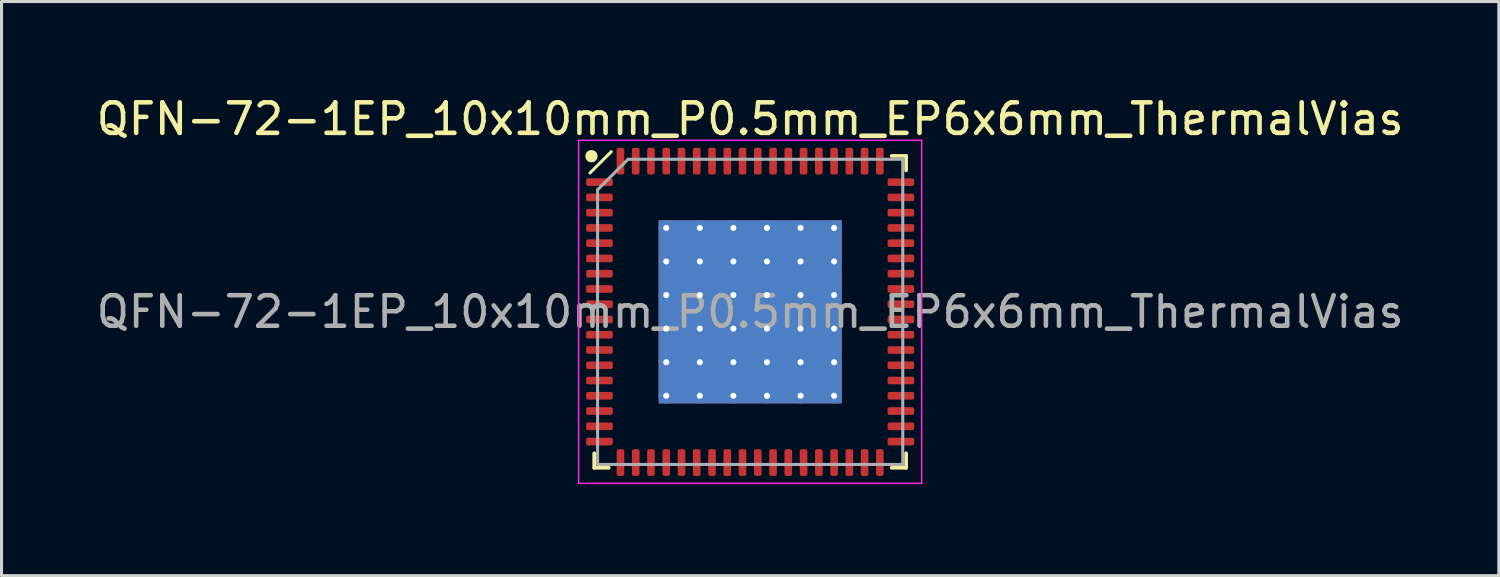
<source format=kicad_pcb>
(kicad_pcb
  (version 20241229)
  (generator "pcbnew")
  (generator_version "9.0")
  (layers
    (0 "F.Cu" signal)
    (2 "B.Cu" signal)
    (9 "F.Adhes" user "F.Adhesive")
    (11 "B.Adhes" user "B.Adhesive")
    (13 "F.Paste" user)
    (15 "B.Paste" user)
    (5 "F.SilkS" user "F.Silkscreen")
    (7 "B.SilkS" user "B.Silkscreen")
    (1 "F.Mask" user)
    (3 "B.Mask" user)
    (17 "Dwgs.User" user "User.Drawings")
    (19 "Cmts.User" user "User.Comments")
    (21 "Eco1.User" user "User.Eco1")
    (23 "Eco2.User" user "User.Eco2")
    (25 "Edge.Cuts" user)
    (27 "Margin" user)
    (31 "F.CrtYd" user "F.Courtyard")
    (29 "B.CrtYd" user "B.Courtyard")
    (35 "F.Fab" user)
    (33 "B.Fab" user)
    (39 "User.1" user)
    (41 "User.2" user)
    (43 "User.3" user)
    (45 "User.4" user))
  (footprint "QFN-72-1EP_10x10mm_P0.5mm_EP6x6mm_ThermalVias"
    (layer "F.Cu")
    (at 21.53 7.168)
    (property "Reference" "QFN-72-1EP_10x10mm_P0.5mm_EP6x6mm_ThermalVias" (at 0 -6.32 0) (layer "F.SilkS") (effects (font (size 1 1) (thickness 0.15))))
    (attr smd)
    (fp_line (start -5.25 -4.55) (end -4.55 -5.25) (stroke (width 0.1) (type solid)) (layer "F.SilkS"))
    (fp_line (start -5.11 5.11) (end -5.11 4.635) (stroke (width 0.12) (type solid)) (layer "F.SilkS"))
    (fp_line (start -4.635 5.11) (end -5.11 5.11) (stroke (width 0.12) (type solid)) (layer "F.SilkS"))
    (fp_line (start 4.635 -5.11) (end 5.11 -5.11) (stroke (width 0.12) (type solid)) (layer "F.SilkS"))
    (fp_line (start 4.635 5.11) (end 5.11 5.11) (stroke (width 0.12) (type solid)) (layer "F.SilkS"))
    (fp_line (start 5.11 -5.11) (end 5.11 -4.635) (stroke (width 0.12) (type solid)) (layer "F.SilkS"))
    (fp_line (start 5.11 5.11) (end 5.11 4.635) (stroke (width 0.12) (type solid)) (layer "F.SilkS"))
    (fp_circle (center -5.2 -5.1) (end -5.059 -5.1) (stroke (width 0.12) (type solid)) (fill yes) (layer "F.SilkS"))
    (fp_line (start -5.62 -5.62) (end -5.62 5.62) (stroke (width 0.05) (type solid)) (layer "F.CrtYd"))
    (fp_line (start -5.62 5.62) (end 5.62 5.62) (stroke (width 0.05) (type solid)) (layer "F.CrtYd"))
    (fp_line (start 5.62 -5.62) (end -5.62 -5.62) (stroke (width 0.05) (type solid)) (layer "F.CrtYd"))
    (fp_line (start 5.62 5.62) (end 5.62 -5.62) (stroke (width 0.05) (type solid)) (layer "F.CrtYd"))
    (fp_line (start -5 -4) (end -4 -5) (stroke (width 0.1) (type solid)) (layer "F.Fab"))
    (fp_line (start -5 5) (end -5 -4) (stroke (width 0.1) (type solid)) (layer "F.Fab"))
    (fp_line (start -4 -5) (end 5 -5) (stroke (width 0.1) (type solid)) (layer "F.Fab"))
    (fp_line (start 5 -5) (end 5 5) (stroke (width 0.1) (type solid)) (layer "F.Fab"))
    (fp_line (start 5 5) (end -5 5) (stroke (width 0.1) (type solid)) (layer "F.Fab"))
    (fp_text user "${REFERENCE}" (at 0 0 0) (layer "F.Fab") (effects (font (size 1 1) (thickness 0.15))))
    (pad "" smd roundrect (at -2.2 -2.2) (size 0.93 0.93) (layers "F.Paste") (roundrect_rratio 0.25))
    (pad "" smd roundrect (at -2.2 -1.1) (size 0.93 0.93) (layers "F.Paste") (roundrect_rratio 0.25))
    (pad "" smd roundrect (at -2.2 0) (size 0.93 0.93) (layers "F.Paste") (roundrect_rratio 0.25))
    (pad "" smd roundrect (at -2.2 1.1) (size 0.93 0.93) (layers "F.Paste") (roundrect_rratio 0.25))
    (pad "" smd roundrect (at -2.2 2.2) (size 0.93 0.93) (layers "F.Paste") (roundrect_rratio 0.25))
    (pad "" smd roundrect (at -1.1 -2.2) (size 0.93 0.93) (layers "F.Paste") (roundrect_rratio 0.25))
    (pad "" smd roundrect (at -1.1 -1.1) (size 0.93 0.93) (layers "F.Paste") (roundrect_rratio 0.25))
    (pad "" smd roundrect (at -1.1 0) (size 0.93 0.93) (layers "F.Paste") (roundrect_rratio 0.25))
    (pad "" smd roundrect (at -1.1 1.1) (size 0.93 0.93) (layers "F.Paste") (roundrect_rratio 0.25))
    (pad "" smd roundrect (at -1.1 2.2) (size 0.93 0.93) (layers "F.Paste") (roundrect_rratio 0.25))
    (pad "" smd roundrect (at 0 -2.2) (size 0.93 0.93) (layers "F.Paste") (roundrect_rratio 0.25))
    (pad "" smd roundrect (at 0 -1.1) (size 0.93 0.93) (layers "F.Paste") (roundrect_rratio 0.25))
    (pad "" smd roundrect (at 0 0) (size 0.93 0.93) (layers "F.Paste") (roundrect_rratio 0.25))
    (pad "" smd roundrect (at 0 1.1) (size 0.93 0.93) (layers "F.Paste") (roundrect_rratio 0.25))
    (pad "" smd roundrect (at 0 2.2) (size 0.93 0.93) (layers "F.Paste") (roundrect_rratio 0.25))
    (pad "" smd roundrect (at 1.1 -2.2) (size 0.93 0.93) (layers "F.Paste") (roundrect_rratio 0.25))
    (pad "" smd roundrect (at 1.1 -1.1) (size 0.93 0.93) (layers "F.Paste") (roundrect_rratio 0.25))
    (pad "" smd roundrect (at 1.1 0) (size 0.93 0.93) (layers "F.Paste") (roundrect_rratio 0.25))
    (pad "" smd roundrect (at 1.1 1.1) (size 0.93 0.93) (layers "F.Paste") (roundrect_rratio 0.25))
    (pad "" smd roundrect (at 1.1 2.2) (size 0.93 0.93) (layers "F.Paste") (roundrect_rratio 0.25))
    (pad "" smd roundrect (at 2.2 -2.2) (size 0.93 0.93) (layers "F.Paste") (roundrect_rratio 0.25))
    (pad "" smd roundrect (at 2.2 -1.1) (size 0.93 0.93) (layers "F.Paste") (roundrect_rratio 0.25))
    (pad "" smd roundrect (at 2.2 0) (size 0.93 0.93) (layers "F.Paste") (roundrect_rratio 0.25))
    (pad "" smd roundrect (at 2.2 1.1) (size 0.93 0.93) (layers "F.Paste") (roundrect_rratio 0.25))
    (pad "" smd roundrect (at 2.2 2.2) (size 0.93 0.93) (layers "F.Paste") (roundrect_rratio 0.25))
    (pad "0" thru_hole circle (at -2.75 -2.75) (size 0.5 0.5) (drill 0.2) (layers "*.Cu"))
    (pad "0" thru_hole circle (at -2.75 -1.65) (size 0.5 0.5) (drill 0.2) (layers "*.Cu"))
    (pad "0" thru_hole circle (at -2.75 -0.55) (size 0.5 0.5) (drill 0.2) (layers "*.Cu"))
    (pad "0" thru_hole circle (at -2.75 0.55) (size 0.5 0.5) (drill 0.2) (layers "*.Cu"))
    (pad "0" thru_hole circle (at -2.75 1.65) (size 0.5 0.5) (drill 0.2) (layers "*.Cu"))
    (pad "0" thru_hole circle (at -2.75 2.75) (size 0.5 0.5) (drill 0.2) (layers "*.Cu"))
    (pad "0" thru_hole circle (at -1.65 -2.75) (size 0.5 0.5) (drill 0.2) (layers "*.Cu"))
    (pad "0" thru_hole circle (at -1.65 -1.65) (size 0.5 0.5) (drill 0.2) (layers "*.Cu"))
    (pad "0" thru_hole circle (at -1.65 -0.55) (size 0.5 0.5) (drill 0.2) (layers "*.Cu"))
    (pad "0" thru_hole circle (at -1.65 0.55) (size 0.5 0.5) (drill 0.2) (layers "*.Cu"))
    (pad "0" thru_hole circle (at -1.65 1.65) (size 0.5 0.5) (drill 0.2) (layers "*.Cu"))
    (pad "0" thru_hole circle (at -1.65 2.75) (size 0.5 0.5) (drill 0.2) (layers "*.Cu"))
    (pad "0" thru_hole circle (at -0.55 -2.75) (size 0.5 0.5) (drill 0.2) (layers "*.Cu"))
    (pad "0" thru_hole circle (at -0.55 -1.65) (size 0.5 0.5) (drill 0.2) (layers "*.Cu"))
    (pad "0" thru_hole circle (at -0.55 -0.55) (size 0.5 0.5) (drill 0.2) (layers "*.Cu"))
    (pad "0" thru_hole circle (at -0.55 0.55) (size 0.5 0.5) (drill 0.2) (layers "*.Cu"))
    (pad "0" thru_hole circle (at -0.55 1.65) (size 0.5 0.5) (drill 0.2) (layers "*.Cu"))
    (pad "0" thru_hole circle (at -0.55 2.75) (size 0.5 0.5) (drill 0.2) (layers "*.Cu"))
    (pad "0" smd rect (at 0 0) (size 6 6) (layers "F.Cu" "F.Mask"))
    (pad "0" thru_hole circle (at 0.55 -2.75) (size 0.5 0.5) (drill 0.2) (layers "*.Cu"))
    (pad "0" thru_hole circle (at 0.55 -1.65) (size 0.5 0.5) (drill 0.2) (layers "*.Cu"))
    (pad "0" thru_hole circle (at 0.55 -0.55) (size 0.5 0.5) (drill 0.2) (layers "*.Cu"))
    (pad "0" thru_hole circle (at 0.55 0.55) (size 0.5 0.5) (drill 0.2) (layers "*.Cu"))
    (pad "0" thru_hole circle (at 0.55 1.65) (size 0.5 0.5) (drill 0.2) (layers "*.Cu"))
    (pad "0" thru_hole circle (at 0.55 2.75) (size 0.5 0.5) (drill 0.2) (layers "*.Cu"))
    (pad "0" thru_hole circle (at 1.65 -2.75) (size 0.5 0.5) (drill 0.2) (layers "*.Cu"))
    (pad "0" thru_hole circle (at 1.65 -1.65) (size 0.5 0.5) (drill 0.2) (layers "*.Cu"))
    (pad "0" thru_hole circle (at 1.65 -0.55) (size 0.5 0.5) (drill 0.2) (layers "*.Cu"))
    (pad "0" thru_hole circle (at 1.65 0.55) (size 0.5 0.5) (drill 0.2) (layers "*.Cu"))
    (pad "0" thru_hole circle (at 1.65 1.65) (size 0.5 0.5) (drill 0.2) (layers "*.Cu"))
    (pad "0" thru_hole circle (at 1.65 2.75) (size 0.5 0.5) (drill 0.2) (layers "*.Cu"))
    (pad "0" thru_hole circle (at 2.75 -2.75) (size 0.5 0.5) (drill 0.2) (layers "*.Cu"))
    (pad "0" thru_hole circle (at 2.75 -1.65) (size 0.5 0.5) (drill 0.2) (layers "*.Cu"))
    (pad "0" thru_hole circle (at 2.75 -0.55) (size 0.5 0.5) (drill 0.2) (layers "*.Cu"))
    (pad "0" thru_hole circle (at 2.75 0.55) (size 0.5 0.5) (drill 0.2) (layers "*.Cu"))
    (pad "0" thru_hole circle (at 2.75 1.65) (size 0.5 0.5) (drill 0.2) (layers "*.Cu"))
    (pad "0" thru_hole circle (at 2.75 2.75) (size 0.5 0.5) (drill 0.2) (layers "*.Cu"))
    (pad "1" smd roundrect (at -4.938 -4.25) (size 0.875 0.25) (layers "F.Cu" "F.Mask" "F.Paste") (roundrect_rratio 0.25))
    (pad "2" smd roundrect (at -4.938 -3.75) (size 0.875 0.25) (layers "F.Cu" "F.Mask" "F.Paste") (roundrect_rratio 0.25))
    (pad "3" smd roundrect (at -4.938 -3.25) (size 0.875 0.25) (layers "F.Cu" "F.Mask" "F.Paste") (roundrect_rratio 0.25))
    (pad "4" smd roundrect (at -4.938 -2.75) (size 0.875 0.25) (layers "F.Cu" "F.Mask" "F.Paste") (roundrect_rratio 0.25))
    (pad "5" smd roundrect (at -4.938 -2.25) (size 0.875 0.25) (layers "F.Cu" "F.Mask" "F.Paste") (roundrect_rratio 0.25))
    (pad "6" smd roundrect (at -4.938 -1.75) (size 0.875 0.25) (layers "F.Cu" "F.Mask" "F.Paste") (roundrect_rratio 0.25))
    (pad "7" smd roundrect (at -4.938 -1.25) (size 0.875 0.25) (layers "F.Cu" "F.Mask" "F.Paste") (roundrect_rratio 0.25))
    (pad "8" smd roundrect (at -4.938 -0.75) (size 0.875 0.25) (layers "F.Cu" "F.Mask" "F.Paste") (roundrect_rratio 0.25))
    (pad "9" smd roundrect (at -4.938 -0.25) (size 0.875 0.25) (layers "F.Cu" "F.Mask" "F.Paste") (roundrect_rratio 0.25))
    (pad "10" smd roundrect (at -4.938 0.25) (size 0.875 0.25) (layers "F.Cu" "F.Mask" "F.Paste") (roundrect_rratio 0.25))
    (pad "11" smd roundrect (at -4.938 0.75) (size 0.875 0.25) (layers "F.Cu" "F.Mask" "F.Paste") (roundrect_rratio 0.25))
    (pad "12" smd roundrect (at -4.938 1.25) (size 0.875 0.25) (layers "F.Cu" "F.Mask" "F.Paste") (roundrect_rratio 0.25))
    (pad "13" smd roundrect (at -4.938 1.75) (size 0.875 0.25) (layers "F.Cu" "F.Mask" "F.Paste") (roundrect_rratio 0.25))
    (pad "14" smd roundrect (at -4.938 2.25) (size 0.875 0.25) (layers "F.Cu" "F.Mask" "F.Paste") (roundrect_rratio 0.25))
    (pad "15" smd roundrect (at -4.938 2.75) (size 0.875 0.25) (layers "F.Cu" "F.Mask" "F.Paste") (roundrect_rratio 0.25))
    (pad "16" smd roundrect (at -4.938 3.25) (size 0.875 0.25) (layers "F.Cu" "F.Mask" "F.Paste") (roundrect_rratio 0.25))
    (pad "17" smd roundrect (at -4.938 3.75) (size 0.875 0.25) (layers "F.Cu" "F.Mask" "F.Paste") (roundrect_rratio 0.25))
    (pad "18" smd roundrect (at -4.938 4.25) (size 0.875 0.25) (layers "F.Cu" "F.Mask" "F.Paste") (roundrect_rratio 0.25))
    (pad "19" smd roundrect (at -4.25 4.938) (size 0.25 0.875) (layers "F.Cu" "F.Mask" "F.Paste") (roundrect_rratio 0.25))
    (pad "20" smd roundrect (at -3.75 4.938) (size 0.25 0.875) (layers "F.Cu" "F.Mask" "F.Paste") (roundrect_rratio 0.25))
    (pad "21" smd roundrect (at -3.25 4.938) (size 0.25 0.875) (layers "F.Cu" "F.Mask" "F.Paste") (roundrect_rratio 0.25))
    (pad "22" smd roundrect (at -2.75 4.938) (size 0.25 0.875) (layers "F.Cu" "F.Mask" "F.Paste") (roundrect_rratio 0.25))
    (pad "23" smd roundrect (at -2.25 4.938) (size 0.25 0.875) (layers "F.Cu" "F.Mask" "F.Paste") (roundrect_rratio 0.25))
    (pad "24" smd roundrect (at -1.75 4.938) (size 0.25 0.875) (layers "F.Cu" "F.Mask" "F.Paste") (roundrect_rratio 0.25))
    (pad "25" smd roundrect (at -1.25 4.938) (size 0.25 0.875) (layers "F.Cu" "F.Mask" "F.Paste") (roundrect_rratio 0.25))
    (pad "26" smd roundrect (at -0.75 4.938) (size 0.25 0.875) (layers "F.Cu" "F.Mask" "F.Paste") (roundrect_rratio 0.25))
    (pad "27" smd roundrect (at -0.25 4.938) (size 0.25 0.875) (layers "F.Cu" "F.Mask" "F.Paste") (roundrect_rratio 0.25))
    (pad "28" smd roundrect (at 0.25 4.938) (size 0.25 0.875) (layers "F.Cu" "F.Mask" "F.Paste") (roundrect_rratio 0.25))
    (pad "29" smd roundrect (at 0.75 4.938) (size 0.25 0.875) (layers "F.Cu" "F.Mask" "F.Paste") (roundrect_rratio 0.25))
    (pad "30" smd roundrect (at 1.25 4.938) (size 0.25 0.875) (layers "F.Cu" "F.Mask" "F.Paste") (roundrect_rratio 0.25))
    (pad "31" smd roundrect (at 1.75 4.938) (size 0.25 0.875) (layers "F.Cu" "F.Mask" "F.Paste") (roundrect_rratio 0.25))
    (pad "32" smd roundrect (at 2.25 4.938) (size 0.25 0.875) (layers "F.Cu" "F.Mask" "F.Paste") (roundrect_rratio 0.25))
    (pad "33" smd roundrect (at 2.75 4.938) (size 0.25 0.875) (layers "F.Cu" "F.Mask" "F.Paste") (roundrect_rratio 0.25))
    (pad "34" smd roundrect (at 3.25 4.938) (size 0.25 0.875) (layers "F.Cu" "F.Mask" "F.Paste") (roundrect_rratio 0.25))
    (pad "35" smd roundrect (at 3.75 4.938) (size 0.25 0.875) (layers "F.Cu" "F.Mask" "F.Paste") (roundrect_rratio 0.25))
    (pad "36" smd roundrect (at 4.25 4.938) (size 0.25 0.875) (layers "F.Cu" "F.Mask" "F.Paste") (roundrect_rratio 0.25))
    (pad "37" smd roundrect (at 4.938 4.25) (size 0.875 0.25) (layers "F.Cu" "F.Mask" "F.Paste") (roundrect_rratio 0.25))
    (pad "38" smd roundrect (at 4.938 3.75) (size 0.875 0.25) (layers "F.Cu" "F.Mask" "F.Paste") (roundrect_rratio 0.25))
    (pad "39" smd roundrect (at 4.938 3.25) (size 0.875 0.25) (layers "F.Cu" "F.Mask" "F.Paste") (roundrect_rratio 0.25))
    (pad "40" smd roundrect (at 4.938 2.75) (size 0.875 0.25) (layers "F.Cu" "F.Mask" "F.Paste") (roundrect_rratio 0.25))
    (pad "41" smd roundrect (at 4.938 2.25) (size 0.875 0.25) (layers "F.Cu" "F.Mask" "F.Paste") (roundrect_rratio 0.25))
    (pad "42" smd roundrect (at 4.938 1.75) (size 0.875 0.25) (layers "F.Cu" "F.Mask" "F.Paste") (roundrect_rratio 0.25))
    (pad "43" smd roundrect (at 4.938 1.25) (size 0.875 0.25) (layers "F.Cu" "F.Mask" "F.Paste") (roundrect_rratio 0.25))
    (pad "44" smd roundrect (at 4.938 0.75) (size 0.875 0.25) (layers "F.Cu" "F.Mask" "F.Paste") (roundrect_rratio 0.25))
    (pad "45" smd roundrect (at 4.938 0.25) (size 0.875 0.25) (layers "F.Cu" "F.Mask" "F.Paste") (roundrect_rratio 0.25))
    (pad "46" smd roundrect (at 4.938 -0.25) (size 0.875 0.25) (layers "F.Cu" "F.Mask" "F.Paste") (roundrect_rratio 0.25))
    (pad "47" smd roundrect (at 4.938 -0.75) (size 0.875 0.25) (layers "F.Cu" "F.Mask" "F.Paste") (roundrect_rratio 0.25))
    (pad "48" smd roundrect (at 4.938 -1.25) (size 0.875 0.25) (layers "F.Cu" "F.Mask" "F.Paste") (roundrect_rratio 0.25))
    (pad "49" smd roundrect (at 4.938 -1.75) (size 0.875 0.25) (layers "F.Cu" "F.Mask" "F.Paste") (roundrect_rratio 0.25))
    (pad "50" smd roundrect (at 4.938 -2.25) (size 0.875 0.25) (layers "F.Cu" "F.Mask" "F.Paste") (roundrect_rratio 0.25))
    (pad "51" smd roundrect (at 4.938 -2.75) (size 0.875 0.25) (layers "F.Cu" "F.Mask" "F.Paste") (roundrect_rratio 0.25))
    (pad "52" smd roundrect (at 4.938 -3.25) (size 0.875 0.25) (layers "F.Cu" "F.Mask" "F.Paste") (roundrect_rratio 0.25))
    (pad "53" smd roundrect (at 4.938 -3.75) (size 0.875 0.25) (layers "F.Cu" "F.Mask" "F.Paste") (roundrect_rratio 0.25))
    (pad "54" smd roundrect (at 4.938 -4.25) (size 0.875 0.25) (layers "F.Cu" "F.Mask" "F.Paste") (roundrect_rratio 0.25))
    (pad "55" smd roundrect (at 4.25 -4.938) (size 0.25 0.875) (layers "F.Cu" "F.Mask" "F.Paste") (roundrect_rratio 0.25))
    (pad "56" smd roundrect (at 3.75 -4.938) (size 0.25 0.875) (layers "F.Cu" "F.Mask" "F.Paste") (roundrect_rratio 0.25))
    (pad "57" smd roundrect (at 3.25 -4.938) (size 0.25 0.875) (layers "F.Cu" "F.Mask" "F.Paste") (roundrect_rratio 0.25))
    (pad "58" smd roundrect (at 2.75 -4.938) (size 0.25 0.875) (layers "F.Cu" "F.Mask" "F.Paste") (roundrect_rratio 0.25))
    (pad "59" smd roundrect (at 2.25 -4.938) (size 0.25 0.875) (layers "F.Cu" "F.Mask" "F.Paste") (roundrect_rratio 0.25))
    (pad "60" smd roundrect (at 1.75 -4.938) (size 0.25 0.875) (layers "F.Cu" "F.Mask" "F.Paste") (roundrect_rratio 0.25))
    (pad "61" smd roundrect (at 1.25 -4.938) (size 0.25 0.875) (layers "F.Cu" "F.Mask" "F.Paste") (roundrect_rratio 0.25))
    (pad "62" smd roundrect (at 0.75 -4.938) (size 0.25 0.875) (layers "F.Cu" "F.Mask" "F.Paste") (roundrect_rratio 0.25))
    (pad "63" smd roundrect (at 0.25 -4.938) (size 0.25 0.875) (layers "F.Cu" "F.Mask" "F.Paste") (roundrect_rratio 0.25))
    (pad "64" smd roundrect (at -0.25 -4.938) (size 0.25 0.875) (layers "F.Cu" "F.Mask" "F.Paste") (roundrect_rratio 0.25))
    (pad "65" smd roundrect (at -0.75 -4.938) (size 0.25 0.875) (layers "F.Cu" "F.Mask" "F.Paste") (roundrect_rratio 0.25))
    (pad "66" smd roundrect (at -1.25 -4.938) (size 0.25 0.875) (layers "F.Cu" "F.Mask" "F.Paste") (roundrect_rratio 0.25))
    (pad "67" smd roundrect (at -1.75 -4.938) (size 0.25 0.875) (layers "F.Cu" "F.Mask" "F.Paste") (roundrect_rratio 0.25))
    (pad "68" smd roundrect (at -2.25 -4.938) (size 0.25 0.875) (layers "F.Cu" "F.Mask" "F.Paste") (roundrect_rratio 0.25))
    (pad "69" smd roundrect (at -2.75 -4.938) (size 0.25 0.875) (layers "F.Cu" "F.Mask" "F.Paste") (roundrect_rratio 0.25))
    (pad "70" smd roundrect (at -3.25 -4.938) (size 0.25 0.875) (layers "F.Cu" "F.Mask" "F.Paste") (roundrect_rratio 0.25))
    (pad "71" smd roundrect (at -3.75 -4.938) (size 0.25 0.875) (layers "F.Cu" "F.Mask" "F.Paste") (roundrect_rratio 0.25))
    (pad "72" smd roundrect (at -4.25 -4.938) (size 0.25 0.875) (layers "F.Cu" "F.Mask" "F.Paste") (roundrect_rratio 0.25))
    (pad "73" smd rect (at 0 0) (size 6 6) (layers "B.Cu")))
  (gr_rect
    (start -3 -3)
    (end 46.06 15.813)
    (stroke (width 0.1) (type default))
    (fill no)
    (layer "Edge.Cuts")))
</source>
